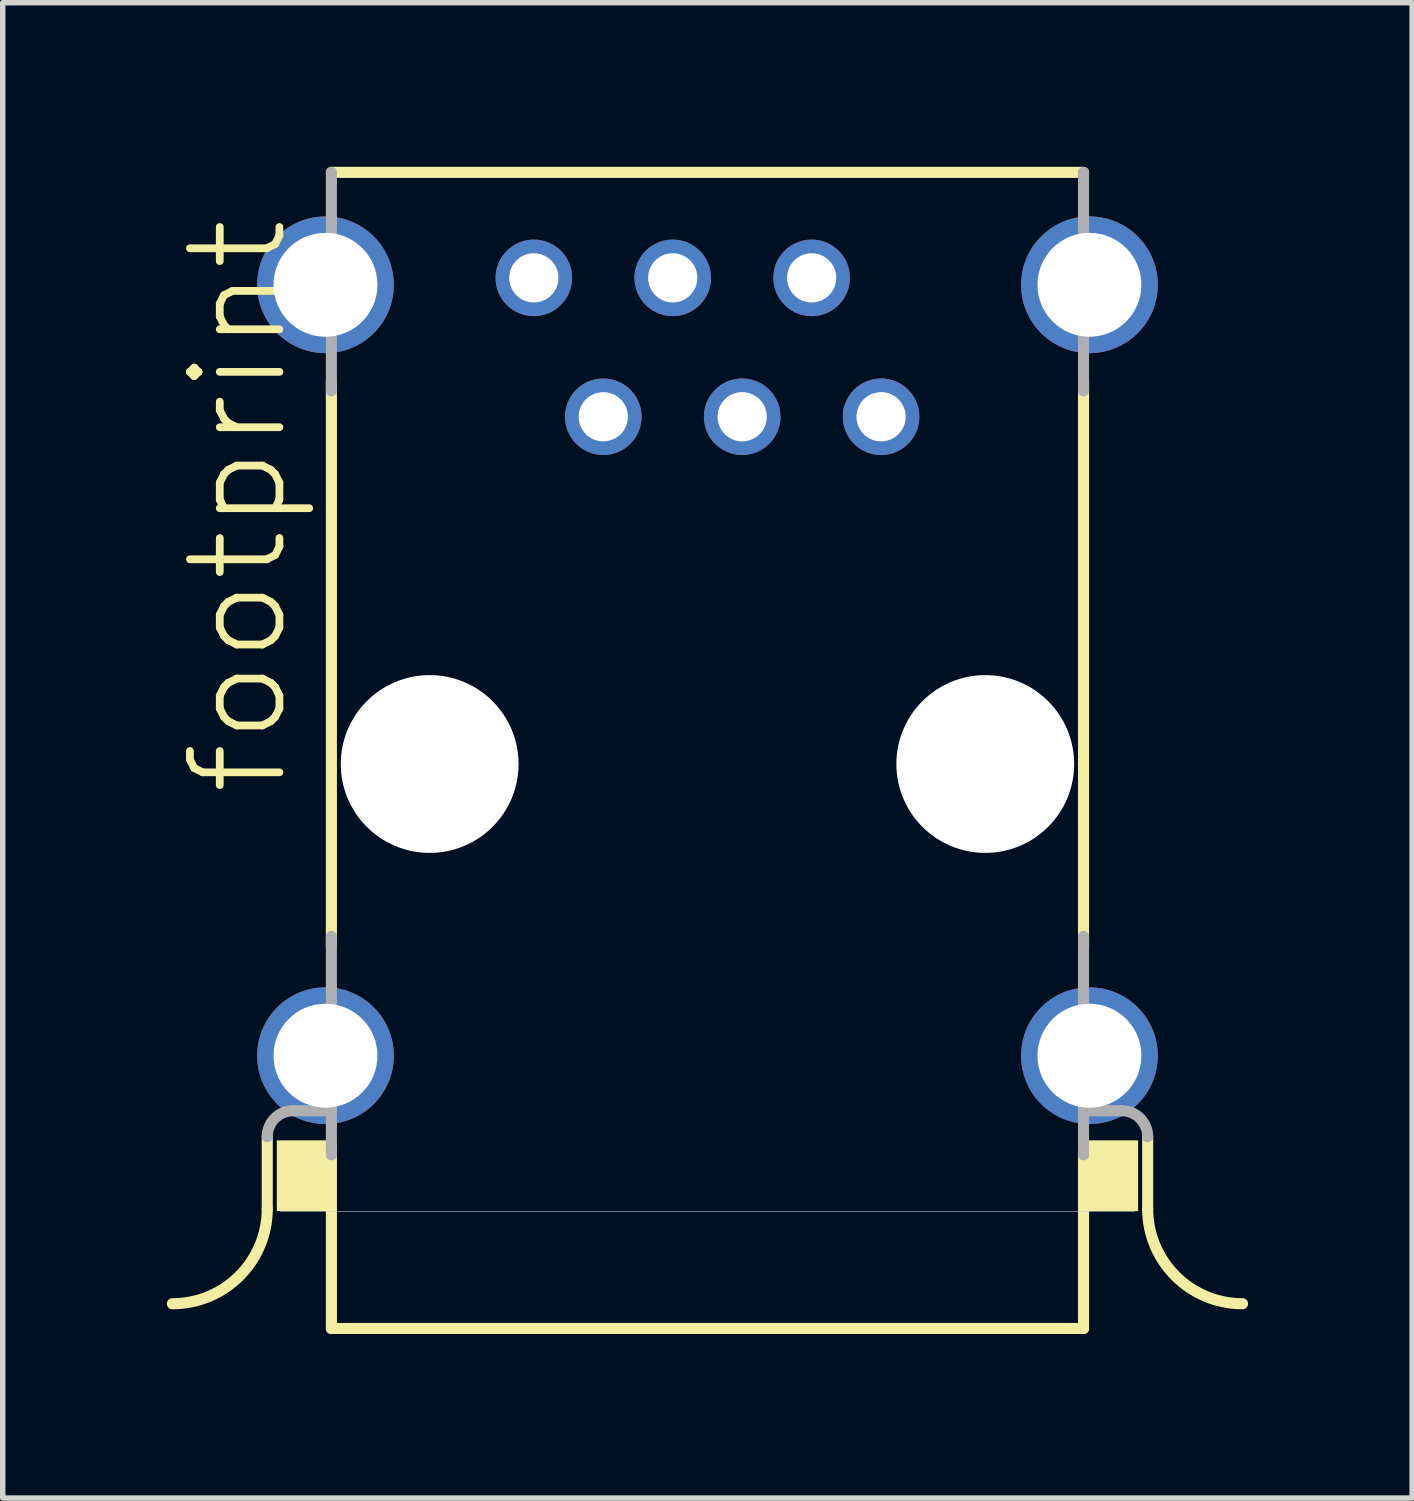
<source format=kicad_pcb>
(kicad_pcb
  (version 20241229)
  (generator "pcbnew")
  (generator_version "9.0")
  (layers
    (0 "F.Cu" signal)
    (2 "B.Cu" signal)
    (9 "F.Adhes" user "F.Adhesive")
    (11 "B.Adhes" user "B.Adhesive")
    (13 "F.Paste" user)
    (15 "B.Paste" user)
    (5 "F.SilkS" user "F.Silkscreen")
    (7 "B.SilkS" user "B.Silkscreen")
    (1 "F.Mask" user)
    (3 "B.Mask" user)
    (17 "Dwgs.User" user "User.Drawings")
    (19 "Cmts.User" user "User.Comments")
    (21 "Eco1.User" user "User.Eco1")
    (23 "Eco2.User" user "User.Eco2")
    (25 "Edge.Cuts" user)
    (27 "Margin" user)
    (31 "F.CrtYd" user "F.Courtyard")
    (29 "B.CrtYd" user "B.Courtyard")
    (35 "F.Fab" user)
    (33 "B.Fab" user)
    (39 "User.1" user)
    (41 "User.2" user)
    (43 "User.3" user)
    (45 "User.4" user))
  (footprint "footprint"
    (layer "F.Cu")
    (at 9.887 10.921)
    (property "Reference" "footprint" (at -7.62 0.635 90) (layer "F.SilkS") (effects (font (size 1.636 1.636) (thickness 0.142)) (justify left bottom)))
    (fp_line (start -8.05 6.815) (end -8.05 8.135) (stroke (width 0.203) (type solid)) (layer "F.SilkS"))
    (fp_line (start -6.877 -10.819) (end 6.877 -10.819) (stroke (width 0.203) (type solid)) (layer "F.SilkS"))
    (fp_line (start -6.877 3.337) (end -6.877 -7.009) (stroke (width 0.203) (type solid)) (layer "F.SilkS"))
    (fp_line (start -6.877 10.322) (end -6.877 6.961) (stroke (width 0.203) (type solid)) (layer "F.SilkS"))
    (fp_line (start 6.877 -7.009) (end 6.877 3.337) (stroke (width 0.203) (type solid)) (layer "F.SilkS"))
    (fp_line (start 6.877 6.961) (end 6.877 10.322) (stroke (width 0.203) (type solid)) (layer "F.SilkS"))
    (fp_line (start 6.877 10.322) (end -6.877 10.322) (stroke (width 0.203) (type solid)) (layer "F.SilkS"))
    (fp_line (start 8.05 6.815) (end 8.05 8.135) (stroke (width 0.203) (type solid)) (layer "F.SilkS"))
    (fp_arc (start -8.05 8.135) (mid -8.55817 9.36183) (end -9.785 9.87) (stroke (width 0.2032) (type solid)) (layer "F.SilkS"))
    (fp_arc (start 9.785 9.87) (mid 8.55817 9.36183) (end 8.05 8.135) (stroke (width 0.2032) (type solid)) (layer "F.SilkS"))
    (fp_poly (pts (xy -7.875 8.175) (xy -6.95 8.175) (xy -6.95 6.882) (xy -7.875 6.882)) (stroke (width 0) (type solid)) (fill yes) (layer "F.SilkS"))
    (fp_poly (pts (xy 6.95 8.175) (xy 7.875 8.175) (xy 7.875 6.882) (xy 6.95 6.882)) (stroke (width 0) (type solid)) (fill yes) (layer "F.SilkS"))
    (fp_line (start 7.811 8.18) (end -7.811 8.18) (stroke (width 0.01) (type solid)) (layer "Edge.Cuts"))
    (fp_line (start -6.877 -6.823) (end -6.877 -10.819) (stroke (width 0.203) (type solid)) (layer "F.Fab"))
    (fp_line (start -6.877 7.147) (end -6.877 3.151) (stroke (width 0.203) (type solid)) (layer "F.Fab"))
    (fp_line (start -6.875 6.34) (end -7.575 6.34) (stroke (width 0.203) (type solid)) (layer "F.Fab"))
    (fp_line (start 6.875 6.34) (end 7.575 6.34) (stroke (width 0.203) (type solid)) (layer "F.Fab"))
    (fp_line (start 6.877 -10.819) (end 6.877 -6.823) (stroke (width 0.203) (type solid)) (layer "F.Fab"))
    (fp_line (start 6.877 3.151) (end 6.877 7.147) (stroke (width 0.203) (type solid)) (layer "F.Fab"))
    (fp_arc (start -8.05 6.815) (mid -7.910876 6.479124) (end -7.575 6.34) (stroke (width 0.2032) (type solid)) (layer "F.Fab"))
    (fp_arc (start 7.575 6.34) (mid 7.910876 6.479124) (end 8.05 6.815) (stroke (width 0.2032) (type solid)) (layer "F.Fab"))
    (pad "" np_thru_hole circle (at -5.08 0) (size 3.251 3.251) (drill 3.251) (layers "*.Cu" "*.Mask"))
    (pad "" np_thru_hole circle (at 5.08 0) (size 3.251 3.251) (drill 3.251) (layers "*.Cu" "*.Mask"))
    (pad "1" thru_hole circle (at -3.175 -8.89) (size 1.4 1.4) (drill 0.9) (layers "*.Cu" "*.Mask"))
    (pad "2" thru_hole circle (at -1.905 -6.35) (size 1.4 1.4) (drill 0.9) (layers "*.Cu" "*.Mask"))
    (pad "3" thru_hole circle (at -0.635 -8.89) (size 1.4 1.4) (drill 0.9) (layers "*.Cu" "*.Mask"))
    (pad "4" thru_hole circle (at 0.635 -6.35) (size 1.4 1.4) (drill 0.9) (layers "*.Cu" "*.Mask"))
    (pad "5" thru_hole circle (at 1.905 -8.89) (size 1.4 1.4) (drill 0.9) (layers "*.Cu" "*.Mask"))
    (pad "6" thru_hole circle (at 3.175 -6.35) (size 1.4 1.4) (drill 0.9) (layers "*.Cu" "*.Mask"))
    (pad "M1" thru_hole circle (at -6.985 5.334) (size 2.5 2.5) (drill 1.9) (layers "*.Cu" "*.Mask"))
    (pad "M2" thru_hole circle (at 6.985 5.334) (size 2.5 2.5) (drill 1.9) (layers "*.Cu" "*.Mask"))
    (pad "M3" thru_hole circle (at -6.985 -8.763) (size 2.5 2.5) (drill 1.9) (layers "*.Cu" "*.Mask"))
    (pad "M4" thru_hole circle (at 6.985 -8.763) (size 2.5 2.5) (drill 1.9) (layers "*.Cu" "*.Mask")))
  (gr_rect
    (start -3 -3)
    (end 22.773 24.344)
    (stroke (width 0.1) (type default))
    (fill no)
    (layer "Edge.Cuts")))
</source>
